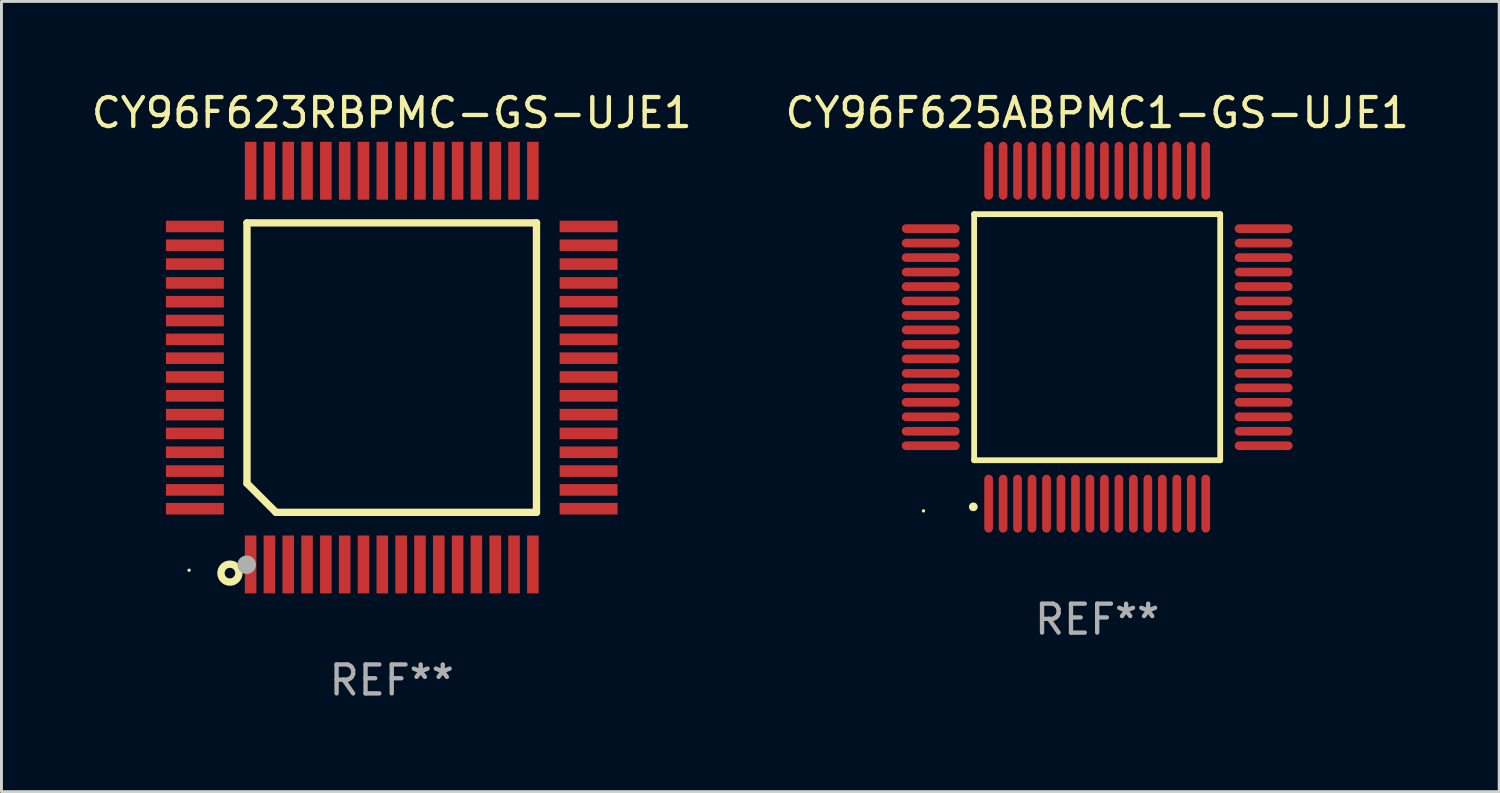
<source format=kicad_pcb>
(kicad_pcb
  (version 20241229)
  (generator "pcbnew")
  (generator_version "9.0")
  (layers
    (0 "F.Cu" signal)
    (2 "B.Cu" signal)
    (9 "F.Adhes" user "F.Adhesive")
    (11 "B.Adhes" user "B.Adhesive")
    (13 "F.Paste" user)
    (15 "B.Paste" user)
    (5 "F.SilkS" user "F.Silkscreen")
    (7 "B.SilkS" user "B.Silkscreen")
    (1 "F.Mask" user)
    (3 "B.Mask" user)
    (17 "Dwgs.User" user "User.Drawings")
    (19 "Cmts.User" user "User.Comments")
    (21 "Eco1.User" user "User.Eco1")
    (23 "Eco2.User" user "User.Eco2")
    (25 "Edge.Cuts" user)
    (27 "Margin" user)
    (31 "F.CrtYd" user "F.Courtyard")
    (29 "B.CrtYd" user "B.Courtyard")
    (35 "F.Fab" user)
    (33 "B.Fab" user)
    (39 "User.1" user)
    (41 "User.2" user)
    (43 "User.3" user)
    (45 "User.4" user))
  (footprint "CY96F623RBPMC-GS-UJE1"
    (layer "F.Cu")
    (at 10.482 9.648)
    (property "Reference" "CY96F623RBPMC-GS-UJE1" (at 0 -8.8 0) (layer "F.SilkS") (effects (font (size 1 1) (thickness 0.15))))
    (attr through_hole)
    (fp_line (start -5 -5) (end 5 -5) (stroke (width 0.254) (type solid)) (layer "F.SilkS"))
    (fp_line (start -5 4) (end -5 -5) (stroke (width 0.254) (type solid)) (layer "F.SilkS"))
    (fp_line (start -4 5) (end -5 4) (stroke (width 0.254) (type solid)) (layer "F.SilkS"))
    (fp_line (start 5 -5) (end 5 5) (stroke (width 0.254) (type solid)) (layer "F.SilkS"))
    (fp_line (start 5 5) (end -4 5) (stroke (width 0.254) (type solid)) (layer "F.SilkS"))
    (fp_circle (center -7 7) (end -6.97 7) (stroke (width 0.06) (type solid)) (fill no) (layer "F.SilkS"))
    (fp_circle (center -5.59 7.1) (end -5.28 7.1) (stroke (width 0.254) (type solid)) (fill no) (layer "F.SilkS"))
    (fp_circle (center -5.01 6.81) (end -4.85 6.81) (stroke (width 0.32) (type solid)) (fill no) (layer "F.Fab"))
    (fp_text user "REF**" (at 0 10.8 0) (layer "F.Fab") (effects (font (size 1 1) (thickness 0.15))))
    (pad "1" smd rect (at -4.875 6.8) (size 0.4 2) (layers "F.Cu" "F.Mask" "F.Paste"))
    (pad "2" smd rect (at -4.225 6.8) (size 0.4 2) (layers "F.Cu" "F.Mask" "F.Paste"))
    (pad "3" smd rect (at -3.575 6.8) (size 0.4 2) (layers "F.Cu" "F.Mask" "F.Paste"))
    (pad "4" smd rect (at -2.925 6.8) (size 0.4 2) (layers "F.Cu" "F.Mask" "F.Paste"))
    (pad "5" smd rect (at -2.275 6.8) (size 0.4 2) (layers "F.Cu" "F.Mask" "F.Paste"))
    (pad "6" smd rect (at -1.625 6.8) (size 0.4 2) (layers "F.Cu" "F.Mask" "F.Paste"))
    (pad "7" smd rect (at -0.975 6.8) (size 0.4 2) (layers "F.Cu" "F.Mask" "F.Paste"))
    (pad "8" smd rect (at -0.325 6.8) (size 0.4 2) (layers "F.Cu" "F.Mask" "F.Paste"))
    (pad "9" smd rect (at 0.325 6.8) (size 0.4 2) (layers "F.Cu" "F.Mask" "F.Paste"))
    (pad "10" smd rect (at 0.975 6.8) (size 0.4 2) (layers "F.Cu" "F.Mask" "F.Paste"))
    (pad "11" smd rect (at 1.625 6.8) (size 0.4 2) (layers "F.Cu" "F.Mask" "F.Paste"))
    (pad "12" smd rect (at 2.275 6.8) (size 0.4 2) (layers "F.Cu" "F.Mask" "F.Paste"))
    (pad "13" smd rect (at 2.925 6.8) (size 0.4 2) (layers "F.Cu" "F.Mask" "F.Paste"))
    (pad "14" smd rect (at 3.575 6.8) (size 0.4 2) (layers "F.Cu" "F.Mask" "F.Paste"))
    (pad "15" smd rect (at 4.225 6.8) (size 0.4 2) (layers "F.Cu" "F.Mask" "F.Paste"))
    (pad "16" smd rect (at 4.875 6.8) (size 0.4 2) (layers "F.Cu" "F.Mask" "F.Paste"))
    (pad "17" smd rect (at 6.8 4.875) (size 2 0.4) (layers "F.Cu" "F.Mask" "F.Paste"))
    (pad "18" smd rect (at 6.8 4.225) (size 2 0.4) (layers "F.Cu" "F.Mask" "F.Paste"))
    (pad "19" smd rect (at 6.8 3.575) (size 2 0.4) (layers "F.Cu" "F.Mask" "F.Paste"))
    (pad "20" smd rect (at 6.8 2.925) (size 2 0.4) (layers "F.Cu" "F.Mask" "F.Paste"))
    (pad "21" smd rect (at 6.8 2.275) (size 2 0.4) (layers "F.Cu" "F.Mask" "F.Paste"))
    (pad "22" smd rect (at 6.8 1.625) (size 2 0.4) (layers "F.Cu" "F.Mask" "F.Paste"))
    (pad "23" smd rect (at 6.8 0.975) (size 2 0.4) (layers "F.Cu" "F.Mask" "F.Paste"))
    (pad "24" smd rect (at 6.8 0.325) (size 2 0.4) (layers "F.Cu" "F.Mask" "F.Paste"))
    (pad "25" smd rect (at 6.8 -0.325) (size 2 0.4) (layers "F.Cu" "F.Mask" "F.Paste"))
    (pad "26" smd rect (at 6.8 -0.975) (size 2 0.4) (layers "F.Cu" "F.Mask" "F.Paste"))
    (pad "27" smd rect (at 6.8 -1.625) (size 2 0.4) (layers "F.Cu" "F.Mask" "F.Paste"))
    (pad "28" smd rect (at 6.8 -2.275) (size 2 0.4) (layers "F.Cu" "F.Mask" "F.Paste"))
    (pad "29" smd rect (at 6.8 -2.925) (size 2 0.4) (layers "F.Cu" "F.Mask" "F.Paste"))
    (pad "30" smd rect (at 6.8 -3.575) (size 2 0.4) (layers "F.Cu" "F.Mask" "F.Paste"))
    (pad "31" smd rect (at 6.8 -4.225) (size 2 0.4) (layers "F.Cu" "F.Mask" "F.Paste"))
    (pad "32" smd rect (at 6.8 -4.875) (size 2 0.4) (layers "F.Cu" "F.Mask" "F.Paste"))
    (pad "33" smd rect (at 4.875 -6.8) (size 0.4 2) (layers "F.Cu" "F.Mask" "F.Paste"))
    (pad "34" smd rect (at 4.225 -6.8) (size 0.4 2) (layers "F.Cu" "F.Mask" "F.Paste"))
    (pad "35" smd rect (at 3.575 -6.8) (size 0.4 2) (layers "F.Cu" "F.Mask" "F.Paste"))
    (pad "36" smd rect (at 2.925 -6.8) (size 0.4 2) (layers "F.Cu" "F.Mask" "F.Paste"))
    (pad "37" smd rect (at 2.275 -6.8) (size 0.4 2) (layers "F.Cu" "F.Mask" "F.Paste"))
    (pad "38" smd rect (at 1.625 -6.8) (size 0.4 2) (layers "F.Cu" "F.Mask" "F.Paste"))
    (pad "39" smd rect (at 0.975 -6.8) (size 0.4 2) (layers "F.Cu" "F.Mask" "F.Paste"))
    (pad "40" smd rect (at 0.325 -6.8) (size 0.4 2) (layers "F.Cu" "F.Mask" "F.Paste"))
    (pad "41" smd rect (at -0.325 -6.8) (size 0.4 2) (layers "F.Cu" "F.Mask" "F.Paste"))
    (pad "42" smd rect (at -0.975 -6.8) (size 0.4 2) (layers "F.Cu" "F.Mask" "F.Paste"))
    (pad "43" smd rect (at -1.625 -6.8) (size 0.4 2) (layers "F.Cu" "F.Mask" "F.Paste"))
    (pad "44" smd rect (at -2.275 -6.8) (size 0.4 2) (layers "F.Cu" "F.Mask" "F.Paste"))
    (pad "45" smd rect (at -2.925 -6.8) (size 0.4 2) (layers "F.Cu" "F.Mask" "F.Paste"))
    (pad "46" smd rect (at -3.575 -6.8) (size 0.4 2) (layers "F.Cu" "F.Mask" "F.Paste"))
    (pad "47" smd rect (at -4.225 -6.8) (size 0.4 2) (layers "F.Cu" "F.Mask" "F.Paste"))
    (pad "48" smd rect (at -4.875 -6.8) (size 0.4 2) (layers "F.Cu" "F.Mask" "F.Paste"))
    (pad "49" smd rect (at -6.8 -4.875) (size 2 0.4) (layers "F.Cu" "F.Mask" "F.Paste"))
    (pad "50" smd rect (at -6.8 -4.225) (size 2 0.4) (layers "F.Cu" "F.Mask" "F.Paste"))
    (pad "51" smd rect (at -6.8 -3.575) (size 2 0.4) (layers "F.Cu" "F.Mask" "F.Paste"))
    (pad "52" smd rect (at -6.8 -2.925) (size 2 0.4) (layers "F.Cu" "F.Mask" "F.Paste"))
    (pad "53" smd rect (at -6.8 -2.275) (size 2 0.4) (layers "F.Cu" "F.Mask" "F.Paste"))
    (pad "54" smd rect (at -6.8 -1.625) (size 2 0.4) (layers "F.Cu" "F.Mask" "F.Paste"))
    (pad "55" smd rect (at -6.8 -0.975) (size 2 0.4) (layers "F.Cu" "F.Mask" "F.Paste"))
    (pad "56" smd rect (at -6.8 -0.325) (size 2 0.4) (layers "F.Cu" "F.Mask" "F.Paste"))
    (pad "57" smd rect (at -6.8 0.325) (size 2 0.4) (layers "F.Cu" "F.Mask" "F.Paste"))
    (pad "58" smd rect (at -6.8 0.975) (size 2 0.4) (layers "F.Cu" "F.Mask" "F.Paste"))
    (pad "59" smd rect (at -6.8 1.625) (size 2 0.4) (layers "F.Cu" "F.Mask" "F.Paste"))
    (pad "60" smd rect (at -6.8 2.275) (size 2 0.4) (layers "F.Cu" "F.Mask" "F.Paste"))
    (pad "61" smd rect (at -6.8 2.925) (size 2 0.4) (layers "F.Cu" "F.Mask" "F.Paste"))
    (pad "62" smd rect (at -6.8 3.575) (size 2 0.4) (layers "F.Cu" "F.Mask" "F.Paste"))
    (pad "63" smd rect (at -6.8 4.225) (size 2 0.4) (layers "F.Cu" "F.Mask" "F.Paste"))
    (pad "64" smd rect (at -6.8 4.875) (size 2 0.4) (layers "F.Cu" "F.Mask" "F.Paste")))
  (footprint "CY96F625ABPMC1-GS-UJE1"
    (layer "F.Cu")
    (at 34.851 8.598)
    (property "Reference" "CY96F625ABPMC1-GS-UJE1" (at 0 -7.75 0) (layer "F.SilkS") (effects (font (size 1 1) (thickness 0.15))))
    (attr through_hole)
    (fp_line (start -4.25 -4.25) (end -4.25 4.25) (stroke (width 0.2) (type solid)) (layer "F.SilkS"))
    (fp_line (start -4.25 4.25) (end 4.25 4.25) (stroke (width 0.2) (type solid)) (layer "F.SilkS"))
    (fp_line (start 4.25 -4.25) (end -4.25 -4.25) (stroke (width 0.2) (type solid)) (layer "F.SilkS"))
    (fp_line (start 4.25 4.25) (end 4.25 -4.25) (stroke (width 0.2) (type solid)) (layer "F.SilkS"))
    (fp_arc (start -4.28001 5.859995) (mid -4.27874 5.85999) (end -4.27747 5.859995) (stroke (width 0.3) (type solid)) (layer "F.SilkS"))
    (fp_circle (center -6 6) (end -5.97 6) (stroke (width 0.06) (type solid)) (fill no) (layer "F.SilkS"))
    (fp_text user "REF**" (at 0 9.75 0) (layer "F.Fab") (effects (font (size 1 1) (thickness 0.15))))
    (pad "1" smd oval (at -3.75 5.75) (size 0.3 2) (layers "F.Cu" "F.Mask" "F.Paste"))
    (pad "2" smd oval (at -3.25 5.75) (size 0.3 2) (layers "F.Cu" "F.Mask" "F.Paste"))
    (pad "3" smd oval (at -2.75 5.75) (size 0.3 2) (layers "F.Cu" "F.Mask" "F.Paste"))
    (pad "4" smd oval (at -2.25 5.75) (size 0.3 2) (layers "F.Cu" "F.Mask" "F.Paste"))
    (pad "5" smd oval (at -1.75 5.75) (size 0.3 2) (layers "F.Cu" "F.Mask" "F.Paste"))
    (pad "6" smd oval (at -1.25 5.75) (size 0.3 2) (layers "F.Cu" "F.Mask" "F.Paste"))
    (pad "7" smd oval (at -0.75 5.75) (size 0.3 2) (layers "F.Cu" "F.Mask" "F.Paste"))
    (pad "8" smd oval (at -0.25 5.75) (size 0.3 2) (layers "F.Cu" "F.Mask" "F.Paste"))
    (pad "9" smd oval (at 0.25 5.75) (size 0.3 2) (layers "F.Cu" "F.Mask" "F.Paste"))
    (pad "10" smd oval (at 0.75 5.75) (size 0.3 2) (layers "F.Cu" "F.Mask" "F.Paste"))
    (pad "11" smd oval (at 1.25 5.75) (size 0.3 2) (layers "F.Cu" "F.Mask" "F.Paste"))
    (pad "12" smd oval (at 1.75 5.75) (size 0.3 2) (layers "F.Cu" "F.Mask" "F.Paste"))
    (pad "13" smd oval (at 2.25 5.75) (size 0.3 2) (layers "F.Cu" "F.Mask" "F.Paste"))
    (pad "14" smd oval (at 2.75 5.75) (size 0.3 2) (layers "F.Cu" "F.Mask" "F.Paste"))
    (pad "15" smd oval (at 3.25 5.75) (size 0.3 2) (layers "F.Cu" "F.Mask" "F.Paste"))
    (pad "16" smd oval (at 3.75 5.75) (size 0.3 2) (layers "F.Cu" "F.Mask" "F.Paste"))
    (pad "17" smd oval (at 5.75 3.75) (size 2 0.3) (layers "F.Cu" "F.Mask" "F.Paste"))
    (pad "18" smd oval (at 5.75 3.25) (size 2 0.3) (layers "F.Cu" "F.Mask" "F.Paste"))
    (pad "19" smd oval (at 5.75 2.75) (size 2 0.3) (layers "F.Cu" "F.Mask" "F.Paste"))
    (pad "20" smd oval (at 5.75 2.25) (size 2 0.3) (layers "F.Cu" "F.Mask" "F.Paste"))
    (pad "21" smd oval (at 5.75 1.75) (size 2 0.3) (layers "F.Cu" "F.Mask" "F.Paste"))
    (pad "22" smd oval (at 5.75 1.25) (size 2 0.3) (layers "F.Cu" "F.Mask" "F.Paste"))
    (pad "23" smd oval (at 5.75 0.75) (size 2 0.3) (layers "F.Cu" "F.Mask" "F.Paste"))
    (pad "24" smd oval (at 5.75 0.25) (size 2 0.3) (layers "F.Cu" "F.Mask" "F.Paste"))
    (pad "25" smd oval (at 5.75 -0.25) (size 2 0.3) (layers "F.Cu" "F.Mask" "F.Paste"))
    (pad "26" smd oval (at 5.75 -0.75) (size 2 0.3) (layers "F.Cu" "F.Mask" "F.Paste"))
    (pad "27" smd oval (at 5.75 -1.25) (size 2 0.3) (layers "F.Cu" "F.Mask" "F.Paste"))
    (pad "28" smd oval (at 5.75 -1.75) (size 2 0.3) (layers "F.Cu" "F.Mask" "F.Paste"))
    (pad "29" smd oval (at 5.75 -2.25) (size 2 0.3) (layers "F.Cu" "F.Mask" "F.Paste"))
    (pad "30" smd oval (at 5.75 -2.75) (size 2 0.3) (layers "F.Cu" "F.Mask" "F.Paste"))
    (pad "31" smd oval (at 5.75 -3.25) (size 2 0.3) (layers "F.Cu" "F.Mask" "F.Paste"))
    (pad "32" smd oval (at 5.75 -3.75) (size 2 0.3) (layers "F.Cu" "F.Mask" "F.Paste"))
    (pad "33" smd oval (at 3.75 -5.75) (size 0.3 2) (layers "F.Cu" "F.Mask" "F.Paste"))
    (pad "34" smd oval (at 3.25 -5.75) (size 0.3 2) (layers "F.Cu" "F.Mask" "F.Paste"))
    (pad "35" smd oval (at 2.75 -5.75) (size 0.3 2) (layers "F.Cu" "F.Mask" "F.Paste"))
    (pad "36" smd oval (at 2.25 -5.75) (size 0.3 2) (layers "F.Cu" "F.Mask" "F.Paste"))
    (pad "37" smd oval (at 1.75 -5.75) (size 0.3 2) (layers "F.Cu" "F.Mask" "F.Paste"))
    (pad "38" smd oval (at 1.25 -5.75) (size 0.3 2) (layers "F.Cu" "F.Mask" "F.Paste"))
    (pad "39" smd oval (at 0.75 -5.75) (size 0.3 2) (layers "F.Cu" "F.Mask" "F.Paste"))
    (pad "40" smd oval (at 0.25 -5.75) (size 0.3 2) (layers "F.Cu" "F.Mask" "F.Paste"))
    (pad "41" smd oval (at -0.25 -5.75) (size 0.3 2) (layers "F.Cu" "F.Mask" "F.Paste"))
    (pad "42" smd oval (at -0.75 -5.75) (size 0.3 2) (layers "F.Cu" "F.Mask" "F.Paste"))
    (pad "43" smd oval (at -1.25 -5.75) (size 0.3 2) (layers "F.Cu" "F.Mask" "F.Paste"))
    (pad "44" smd oval (at -1.75 -5.75) (size 0.3 2) (layers "F.Cu" "F.Mask" "F.Paste"))
    (pad "45" smd oval (at -2.25 -5.75) (size 0.3 2) (layers "F.Cu" "F.Mask" "F.Paste"))
    (pad "46" smd oval (at -2.75 -5.75) (size 0.3 2) (layers "F.Cu" "F.Mask" "F.Paste"))
    (pad "47" smd oval (at -3.25 -5.75) (size 0.3 2) (layers "F.Cu" "F.Mask" "F.Paste"))
    (pad "48" smd oval (at -3.75 -5.75) (size 0.3 2) (layers "F.Cu" "F.Mask" "F.Paste"))
    (pad "49" smd oval (at -5.75 -3.75) (size 2 0.3) (layers "F.Cu" "F.Mask" "F.Paste"))
    (pad "50" smd oval (at -5.75 -3.25) (size 2 0.3) (layers "F.Cu" "F.Mask" "F.Paste"))
    (pad "51" smd oval (at -5.75 -2.75) (size 2 0.3) (layers "F.Cu" "F.Mask" "F.Paste"))
    (pad "52" smd oval (at -5.75 -2.25) (size 2 0.3) (layers "F.Cu" "F.Mask" "F.Paste"))
    (pad "53" smd oval (at -5.75 -1.75) (size 2 0.3) (layers "F.Cu" "F.Mask" "F.Paste"))
    (pad "54" smd oval (at -5.75 -1.25) (size 2 0.3) (layers "F.Cu" "F.Mask" "F.Paste"))
    (pad "55" smd oval (at -5.75 -0.75) (size 2 0.3) (layers "F.Cu" "F.Mask" "F.Paste"))
    (pad "56" smd oval (at -5.75 -0.25) (size 2 0.3) (layers "F.Cu" "F.Mask" "F.Paste"))
    (pad "57" smd oval (at -5.75 0.25) (size 2 0.3) (layers "F.Cu" "F.Mask" "F.Paste"))
    (pad "58" smd oval (at -5.75 0.75) (size 2 0.3) (layers "F.Cu" "F.Mask" "F.Paste"))
    (pad "59" smd oval (at -5.75 1.25) (size 2 0.3) (layers "F.Cu" "F.Mask" "F.Paste"))
    (pad "60" smd oval (at -5.75 1.75) (size 2 0.3) (layers "F.Cu" "F.Mask" "F.Paste"))
    (pad "61" smd oval (at -5.75 2.25) (size 2 0.3) (layers "F.Cu" "F.Mask" "F.Paste"))
    (pad "62" smd oval (at -5.75 2.75) (size 2 0.3) (layers "F.Cu" "F.Mask" "F.Paste"))
    (pad "63" smd oval (at -5.75 3.25) (size 2 0.3) (layers "F.Cu" "F.Mask" "F.Paste"))
    (pad "64" smd oval (at -5.75 3.75) (size 2 0.3) (layers "F.Cu" "F.Mask" "F.Paste")))
  (gr_rect
    (start -3 -3)
    (end 48.738 24.297)
    (stroke (width 0.1) (type default))
    (fill no)
    (layer "Edge.Cuts")))
</source>
